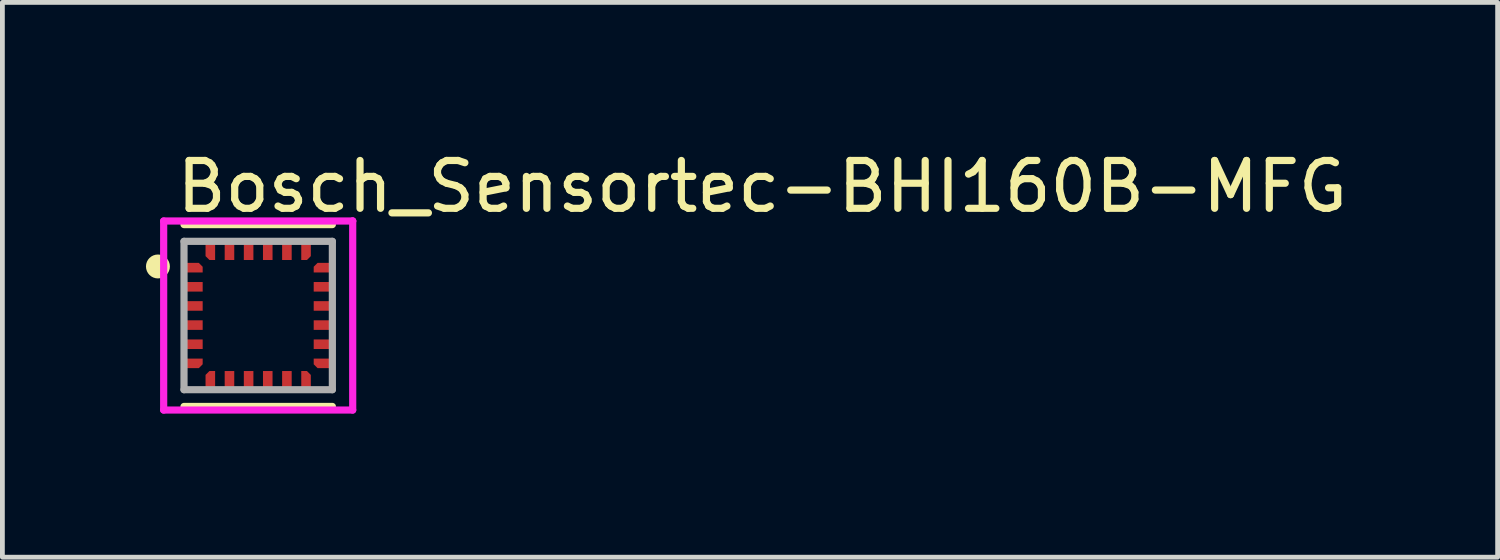
<source format=kicad_pcb>
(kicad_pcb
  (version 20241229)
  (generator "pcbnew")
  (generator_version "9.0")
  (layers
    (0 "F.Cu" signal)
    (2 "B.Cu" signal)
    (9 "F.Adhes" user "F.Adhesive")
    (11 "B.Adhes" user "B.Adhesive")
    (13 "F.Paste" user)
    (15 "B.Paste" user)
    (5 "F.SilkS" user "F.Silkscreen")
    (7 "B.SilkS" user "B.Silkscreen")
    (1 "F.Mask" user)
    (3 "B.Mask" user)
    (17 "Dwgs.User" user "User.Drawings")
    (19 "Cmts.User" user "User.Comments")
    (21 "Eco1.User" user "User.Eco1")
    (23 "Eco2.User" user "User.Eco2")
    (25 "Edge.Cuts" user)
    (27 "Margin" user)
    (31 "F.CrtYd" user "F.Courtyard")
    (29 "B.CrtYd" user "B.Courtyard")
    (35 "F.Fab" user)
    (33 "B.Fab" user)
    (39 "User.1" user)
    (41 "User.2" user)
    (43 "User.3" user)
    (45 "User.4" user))
  (footprint "Bosch_Sensortec-BHI160B-MFG"
    (layer "F.Cu")
    (at 2.345 3.543)
    (property "Reference" "Bosch_Sensortec-BHI160B-MFG" (at -1.78 -2.695 0) (layer "F.SilkS") (effects (font (size 1 1) (thickness 0.15)) (justify left)))
    (attr through_hole)
    (fp_line (start -1.55 -1.9) (end 1.55 -1.9) (stroke (width 0.15) (type solid)) (layer "F.SilkS"))
    (fp_line (start -1.55 1.9) (end 1.55 1.9) (stroke (width 0.15) (type solid)) (layer "F.SilkS"))
    (fp_circle (center -2.095 -1.025) (end -1.97 -1.025) (stroke (width 0.25) (type solid)) (fill no) (layer "F.SilkS"))
    (fp_line (start -1.975 -1.975) (end -1.975 1.975) (stroke (width 0.15) (type solid)) (layer "F.CrtYd"))
    (fp_line (start -1.975 1.975) (end 1.975 1.975) (stroke (width 0.15) (type solid)) (layer "F.CrtYd"))
    (fp_line (start 1.975 -1.975) (end -1.975 -1.975) (stroke (width 0.15) (type solid)) (layer "F.CrtYd"))
    (fp_line (start 1.975 -1.975) (end 1.975 -1.975) (stroke (width 0.15) (type solid)) (layer "F.CrtYd"))
    (fp_line (start 1.975 1.975) (end 1.975 -1.975) (stroke (width 0.15) (type solid)) (layer "F.CrtYd"))
    (fp_line (start -1.55 -1.55) (end 1.55 -1.55) (stroke (width 0.15) (type solid)) (layer "F.Fab"))
    (fp_line (start -1.55 1.55) (end -1.55 -1.55) (stroke (width 0.15) (type solid)) (layer "F.Fab"))
    (fp_line (start 1.55 -1.55) (end 1.55 1.55) (stroke (width 0.15) (type solid)) (layer "F.Fab"))
    (fp_line (start 1.55 1.55) (end -1.55 1.55) (stroke (width 0.15) (type solid)) (layer "F.Fab"))
    (pad "1" smd custom (at -1.335 -1) (size 0.2 0.2) (layers "F.Cu" "F.Mask" "F.Paste") (options (anchor circle)) (primitives (gr_poly (pts (xy 0.175 0.1) (xy 0.175 -0.019) (xy 0.094 -0.1) (xy -0.175 -0.1) (xy -0.175 0.1) (xy 0.175 0.1)) (width 0) (fill yes))))
    (pad "2" smd rect (at -1.335 -0.6) (size 0.35 0.2) (layers "F.Cu" "F.Mask" "F.Paste"))
    (pad "3" smd rect (at -1.335 -0.2) (size 0.35 0.2) (layers "F.Cu" "F.Mask" "F.Paste"))
    (pad "4" smd rect (at -1.335 0.2) (size 0.35 0.2) (layers "F.Cu" "F.Mask" "F.Paste"))
    (pad "5" smd rect (at -1.335 0.6) (size 0.35 0.2) (layers "F.Cu" "F.Mask" "F.Paste"))
    (pad "6" smd custom (at -1.335 1) (size 0.2 0.2) (layers "F.Cu" "F.Mask" "F.Paste") (options (anchor circle)) (primitives (gr_poly (pts (xy 0.175 -0.1) (xy -0.175 -0.1) (xy -0.175 0.1) (xy 0.094 0.1) (xy 0.175 0.019) (xy 0.175 -0.1)) (width 0) (fill yes))))
    (pad "7" smd custom (at -1 1.335) (size 0.2 0.2) (layers "F.Cu" "F.Mask" "F.Paste") (options (anchor circle)) (primitives (gr_poly (pts (xy 0.1 -0.175) (xy -0.019 -0.175) (xy -0.1 -0.094) (xy -0.1 0.175) (xy 0.1 0.175) (xy 0.1 -0.175)) (width 0) (fill yes))))
    (pad "8" smd rect (at -0.6 1.335) (size 0.2 0.35) (layers "F.Cu" "F.Mask" "F.Paste"))
    (pad "9" smd rect (at -0.2 1.335) (size 0.2 0.35) (layers "F.Cu" "F.Mask" "F.Paste"))
    (pad "10" smd rect (at 0.2 1.335) (size 0.2 0.35) (layers "F.Cu" "F.Mask" "F.Paste"))
    (pad "11" smd rect (at 0.6 1.335) (size 0.2 0.35) (layers "F.Cu" "F.Mask" "F.Paste"))
    (pad "12" smd custom (at 1 1.335) (size 0.2 0.2) (layers "F.Cu" "F.Mask" "F.Paste") (options (anchor circle)) (primitives (gr_poly (pts (xy -0.1 -0.175) (xy -0.1 0.175) (xy 0.1 0.175) (xy 0.1 -0.094) (xy 0.019 -0.175) (xy -0.1 -0.175)) (width 0) (fill yes))))
    (pad "13" smd custom (at 1.335 1) (size 0.2 0.2) (layers "F.Cu" "F.Mask" "F.Paste") (options (anchor circle)) (primitives (gr_poly (pts (xy -0.175 -0.1) (xy -0.175 0.019) (xy -0.094 0.1) (xy 0.175 0.1) (xy 0.175 -0.1) (xy -0.175 -0.1)) (width 0) (fill yes))))
    (pad "14" smd rect (at 1.335 0.6) (size 0.35 0.2) (layers "F.Cu" "F.Mask" "F.Paste"))
    (pad "15" smd rect (at 1.335 0.2) (size 0.35 0.2) (layers "F.Cu" "F.Mask" "F.Paste"))
    (pad "16" smd rect (at 1.335 -0.2) (size 0.35 0.2) (layers "F.Cu" "F.Mask" "F.Paste"))
    (pad "17" smd rect (at 1.335 -0.6) (size 0.35 0.2) (layers "F.Cu" "F.Mask" "F.Paste"))
    (pad "18" smd custom (at 1.335 -1) (size 0.2 0.2) (layers "F.Cu" "F.Mask" "F.Paste") (options (anchor circle)) (primitives (gr_poly (pts (xy -0.175 0.1) (xy 0.175 0.1) (xy 0.175 -0.1) (xy -0.094 -0.1) (xy -0.175 -0.019) (xy -0.175 0.1)) (width 0) (fill yes))))
    (pad "19" smd custom (at 1 -1.335) (size 0.2 0.2) (layers "F.Cu" "F.Mask" "F.Paste") (options (anchor circle)) (primitives (gr_poly (pts (xy -0.1 0.175) (xy 0.019 0.175) (xy 0.1 0.094) (xy 0.1 -0.175) (xy -0.1 -0.175) (xy -0.1 0.175)) (width 0) (fill yes))))
    (pad "20" smd rect (at 0.6 -1.335) (size 0.2 0.35) (layers "F.Cu" "F.Mask" "F.Paste"))
    (pad "21" smd rect (at 0.2 -1.335) (size 0.2 0.35) (layers "F.Cu" "F.Mask" "F.Paste"))
    (pad "22" smd rect (at -0.2 -1.335) (size 0.2 0.35) (layers "F.Cu" "F.Mask" "F.Paste"))
    (pad "23" smd rect (at -0.6 -1.335) (size 0.2 0.35) (layers "F.Cu" "F.Mask" "F.Paste"))
    (pad "24" smd custom (at -1 -1.335) (size 0.2 0.2) (layers "F.Cu" "F.Mask" "F.Paste") (options (anchor circle)) (primitives (gr_poly (pts (xy 0.1 0.175) (xy 0.1 -0.175) (xy -0.1 -0.175) (xy -0.1 0.094) (xy -0.019 0.175) (xy 0.1 0.175)) (width 0) (fill yes)))))
  (gr_rect
    (start -3 -3)
    (end 28.244 8.593)
    (stroke (width 0.1) (type default))
    (fill no)
    (layer "Edge.Cuts")))
</source>
